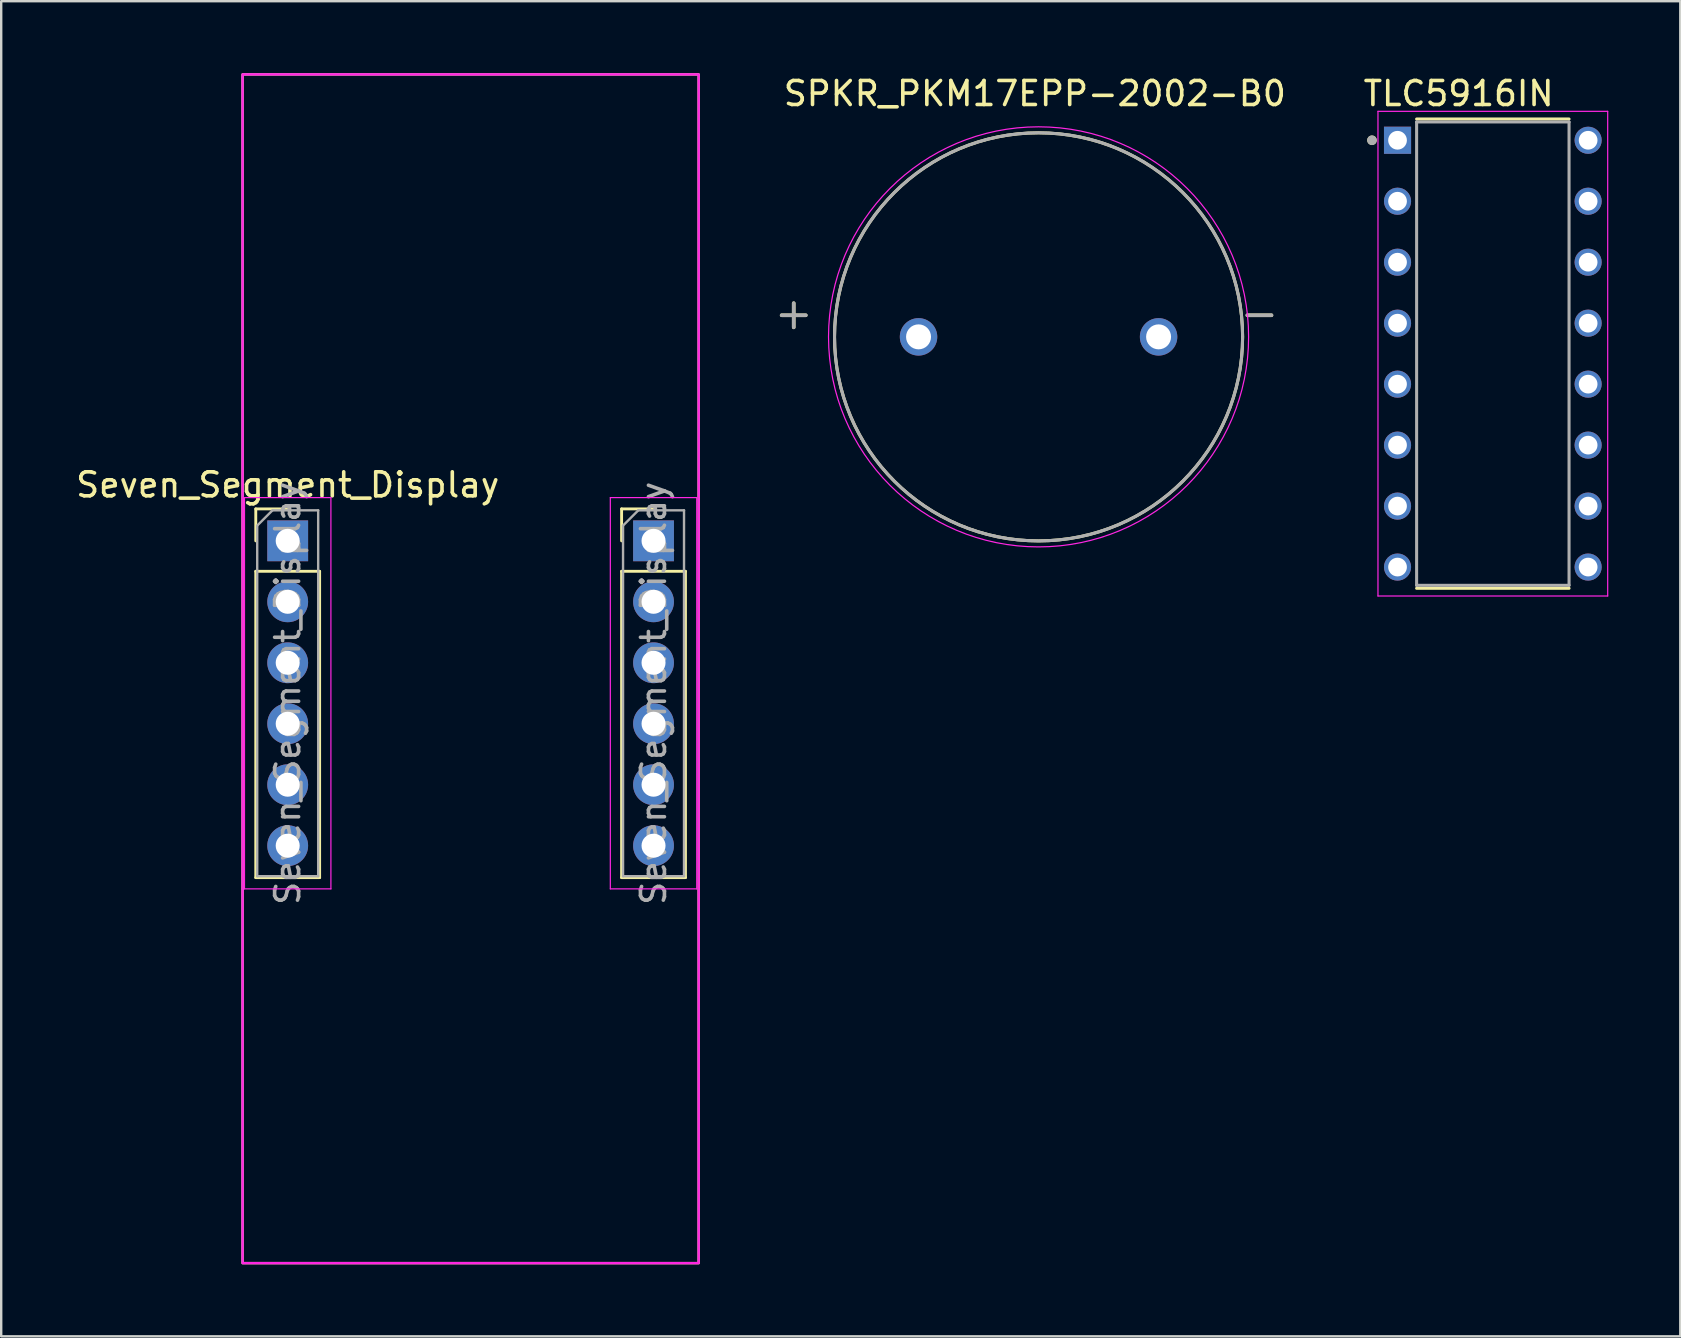
<source format=kicad_pcb>
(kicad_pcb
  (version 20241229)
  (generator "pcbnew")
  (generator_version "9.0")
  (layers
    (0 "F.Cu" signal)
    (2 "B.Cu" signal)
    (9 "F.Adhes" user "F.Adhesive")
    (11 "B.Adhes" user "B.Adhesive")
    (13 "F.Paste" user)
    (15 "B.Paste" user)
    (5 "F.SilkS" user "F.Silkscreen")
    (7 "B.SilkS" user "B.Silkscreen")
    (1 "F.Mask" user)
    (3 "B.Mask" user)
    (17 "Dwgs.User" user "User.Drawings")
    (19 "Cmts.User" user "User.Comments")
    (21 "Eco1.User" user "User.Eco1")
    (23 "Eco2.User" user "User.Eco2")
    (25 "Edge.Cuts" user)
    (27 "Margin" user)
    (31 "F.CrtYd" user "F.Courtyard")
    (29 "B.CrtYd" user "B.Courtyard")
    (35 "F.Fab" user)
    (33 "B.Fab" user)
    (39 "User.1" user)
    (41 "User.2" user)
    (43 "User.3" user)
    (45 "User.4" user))
  (footprint "Seven_Segment_Display"
    (layer "F.Cu")
    (at 8.935 19.48)
    (property "Reference" "Seven_Segment_Display" (at 0 -2.33 0) (layer "F.SilkS") (effects (font (size 1 1) (thickness 0.15))))
    (attr through_hole)
    (fp_line (start -1.33 -1.33) (end 0 -1.33) (stroke (width 0.12) (type solid)) (layer "F.SilkS"))
    (fp_line (start -1.33 0) (end -1.33 -1.33) (stroke (width 0.12) (type solid)) (layer "F.SilkS"))
    (fp_line (start -1.33 1.27) (end -1.33 14.03) (stroke (width 0.12) (type solid)) (layer "F.SilkS"))
    (fp_line (start -1.33 1.27) (end 1.33 1.27) (stroke (width 0.12) (type solid)) (layer "F.SilkS"))
    (fp_line (start -1.33 14.03) (end 1.33 14.03) (stroke (width 0.12) (type solid)) (layer "F.SilkS"))
    (fp_line (start 1.33 1.27) (end 1.33 14.03) (stroke (width 0.12) (type solid)) (layer "F.SilkS"))
    (fp_line (start 13.91 -1.33) (end 15.24 -1.33) (stroke (width 0.12) (type solid)) (layer "F.SilkS"))
    (fp_line (start 13.91 0) (end 13.91 -1.33) (stroke (width 0.12) (type solid)) (layer "F.SilkS"))
    (fp_line (start 13.91 1.27) (end 13.91 14.03) (stroke (width 0.12) (type solid)) (layer "F.SilkS"))
    (fp_line (start 13.91 1.27) (end 16.57 1.27) (stroke (width 0.12) (type solid)) (layer "F.SilkS"))
    (fp_line (start 13.91 14.03) (end 16.57 14.03) (stroke (width 0.12) (type solid)) (layer "F.SilkS"))
    (fp_line (start 16.57 1.27) (end 16.57 14.03) (stroke (width 0.12) (type solid)) (layer "F.SilkS"))
    (fp_rect (start -1.88 -19.43) (end 17.12 30.09) (stroke (width 0.1) (type default)) (fill no) (layer "F.SilkS"))
    (fp_line (start -1.8 -1.8) (end -1.8 14.5) (stroke (width 0.05) (type solid)) (layer "F.CrtYd"))
    (fp_line (start -1.8 14.5) (end 1.8 14.5) (stroke (width 0.05) (type solid)) (layer "F.CrtYd"))
    (fp_line (start 1.8 -1.8) (end -1.8 -1.8) (stroke (width 0.05) (type solid)) (layer "F.CrtYd"))
    (fp_line (start 1.8 14.5) (end 1.8 -1.8) (stroke (width 0.05) (type solid)) (layer "F.CrtYd"))
    (fp_line (start 13.44 -1.8) (end 13.44 14.5) (stroke (width 0.05) (type solid)) (layer "F.CrtYd"))
    (fp_line (start 13.44 14.5) (end 17.04 14.5) (stroke (width 0.05) (type solid)) (layer "F.CrtYd"))
    (fp_line (start 17.04 -1.8) (end 13.44 -1.8) (stroke (width 0.05) (type solid)) (layer "F.CrtYd"))
    (fp_line (start 17.04 14.5) (end 17.04 -1.8) (stroke (width 0.05) (type solid)) (layer "F.CrtYd"))
    (fp_rect (start -1.88 -19.43) (end 17.12 30.09) (stroke (width 0.1) (type default)) (fill no) (layer "F.CrtYd"))
    (fp_line (start -1.27 -0.635) (end -0.635 -1.27) (stroke (width 0.1) (type solid)) (layer "F.Fab"))
    (fp_line (start -1.27 13.97) (end -1.27 -0.635) (stroke (width 0.1) (type solid)) (layer "F.Fab"))
    (fp_line (start -0.635 -1.27) (end 1.27 -1.27) (stroke (width 0.1) (type solid)) (layer "F.Fab"))
    (fp_line (start 1.27 -1.27) (end 1.27 13.97) (stroke (width 0.1) (type solid)) (layer "F.Fab"))
    (fp_line (start 1.27 13.97) (end -1.27 13.97) (stroke (width 0.1) (type solid)) (layer "F.Fab"))
    (fp_line (start 13.97 -0.635) (end 14.605 -1.27) (stroke (width 0.1) (type solid)) (layer "F.Fab"))
    (fp_line (start 13.97 13.97) (end 13.97 -0.635) (stroke (width 0.1) (type solid)) (layer "F.Fab"))
    (fp_line (start 14.605 -1.27) (end 16.51 -1.27) (stroke (width 0.1) (type solid)) (layer "F.Fab"))
    (fp_line (start 16.51 -1.27) (end 16.51 13.97) (stroke (width 0.1) (type solid)) (layer "F.Fab"))
    (fp_line (start 16.51 13.97) (end 13.97 13.97) (stroke (width 0.1) (type solid)) (layer "F.Fab"))
    (fp_text user "${REFERENCE}" (at 15.24 6.35 270) (layer "F.Fab") (effects (font (size 1 1) (thickness 0.15))))
    (fp_text user "${REFERENCE}" (at 0 6.35 270) (layer "F.Fab") (effects (font (size 1 1) (thickness 0.15))))
    (pad "1" thru_hole rect (at 0 0) (size 1.7 1.7) (drill 1) (layers "*.Cu" "*.Mask"))
    (pad "2" thru_hole oval (at 0 2.54) (size 1.7 1.7) (drill 1) (layers "*.Cu" "*.Mask"))
    (pad "3" thru_hole oval (at 0 5.08) (size 1.7 1.7) (drill 1) (layers "*.Cu" "*.Mask"))
    (pad "4" thru_hole oval (at 0 7.62) (size 1.7 1.7) (drill 1) (layers "*.Cu" "*.Mask"))
    (pad "5" thru_hole oval (at 0 10.16) (size 1.7 1.7) (drill 1) (layers "*.Cu" "*.Mask"))
    (pad "6" thru_hole oval (at 0 12.7) (size 1.7 1.7) (drill 1) (layers "*.Cu" "*.Mask"))
    (pad "7" thru_hole oval (at 15.24 12.7) (size 1.7 1.7) (drill 1) (layers "*.Cu" "*.Mask"))
    (pad "8" thru_hole oval (at 15.24 10.16) (size 1.7 1.7) (drill 1) (layers "*.Cu" "*.Mask"))
    (pad "9" thru_hole oval (at 15.24 7.62) (size 1.7 1.7) (drill 1) (layers "*.Cu" "*.Mask"))
    (pad "10" thru_hole oval (at 15.24 5.08) (size 1.7 1.7) (drill 1) (layers "*.Cu" "*.Mask"))
    (pad "11" thru_hole oval (at 15.24 2.54) (size 1.7 1.7) (drill 1) (layers "*.Cu" "*.Mask"))
    (pad "12" thru_hole rect (at 15.24 0) (size 1.7 1.7) (drill 1) (layers "*.Cu" "*.Mask")))
  (footprint "SPKR_PKM17EPP-2002-B0"
    (layer "F.Cu")
    (at 40.215 10.983)
    (property "Reference" "SPKR_PKM17EPP-2002-B0" (at -0.155 -10.135 0) (layer "F.SilkS") (effects (font (size 1 1) (thickness 0.15))))
    (attr through_hole)
    (fp_circle (center 0 0) (end 8.5 0) (stroke (width 0.127) (type solid)) (fill no) (layer "F.SilkS"))
    (fp_circle (center 0 0) (end 8.75 0) (stroke (width 0.05) (type solid)) (fill no) (layer "F.CrtYd"))
    (fp_circle (center 0 0) (end 8.5 0) (stroke (width 0.127) (type solid)) (fill no) (layer "F.Fab"))
    (fp_text user "+" (at -10.2 -1 0) (layer "F.SilkS") (effects (font (size 1.32 1.32) (thickness 0.15))))
    (fp_text user "-" (at 9.2 -1 0) (layer "F.SilkS") (effects (font (size 1.32 1.32) (thickness 0.15))))
    (fp_text user "+" (at -10.2 -1 0) (layer "F.Fab") (effects (font (size 1.32 1.32) (thickness 0.15))))
    (fp_text user "-" (at 9.2 -1 0) (layer "F.Fab") (effects (font (size 1.32 1.32) (thickness 0.15))))
    (pad "N" thru_hole circle (at 5 0) (size 1.56 1.56) (drill 1.04) (layers "*.Cu" "*.Mask"))
    (pad "P" thru_hole circle (at -5 0) (size 1.56 1.56) (drill 1.04) (layers "*.Cu" "*.Mask")))
  (footprint "TLC5916IN"
    (layer "F.Cu")
    (at 59.139 11.683)
    (property "Reference" "TLC5916IN" (at -1.425 -10.835 0) (layer "F.SilkS") (effects (font (size 1 1) (thickness 0.15))))
    (attr through_hole)
    (fp_line (start -3.175 -9.775) (end 3.175 -9.775) (stroke (width 0.127) (type solid)) (layer "F.SilkS"))
    (fp_line (start -3.175 9.775) (end 3.175 9.775) (stroke (width 0.127) (type solid)) (layer "F.SilkS"))
    (fp_circle (center -5.035 -8.89) (end -4.935 -8.89) (stroke (width 0.2) (type solid)) (fill no) (layer "F.SilkS"))
    (fp_line (start -4.785 -10.095) (end -4.785 10.095) (stroke (width 0.05) (type solid)) (layer "F.CrtYd"))
    (fp_line (start 4.785 -10.095) (end -4.785 -10.095) (stroke (width 0.05) (type solid)) (layer "F.CrtYd"))
    (fp_line (start 4.785 -10.095) (end 4.785 10.095) (stroke (width 0.05) (type solid)) (layer "F.CrtYd"))
    (fp_line (start 4.785 10.095) (end -4.785 10.095) (stroke (width 0.05) (type solid)) (layer "F.CrtYd"))
    (fp_line (start -3.175 -9.652) (end -3.175 9.652) (stroke (width 0.127) (type solid)) (layer "F.Fab"))
    (fp_line (start -3.175 -9.652) (end 3.175 -9.652) (stroke (width 0.127) (type solid)) (layer "F.Fab"))
    (fp_line (start -3.175 9.652) (end 3.175 9.652) (stroke (width 0.127) (type solid)) (layer "F.Fab"))
    (fp_line (start 3.175 -9.652) (end 3.175 9.652) (stroke (width 0.127) (type solid)) (layer "F.Fab"))
    (fp_circle (center -5.035 -8.89) (end -4.935 -8.89) (stroke (width 0.2) (type solid)) (fill no) (layer "F.Fab"))
    (pad "1" thru_hole rect (at -3.97 -8.89) (size 1.13 1.13) (drill 0.78) (layers "*.Cu" "*.Mask"))
    (pad "2" thru_hole circle (at -3.97 -6.35) (size 1.13 1.13) (drill 0.78) (layers "*.Cu" "*.Mask"))
    (pad "3" thru_hole circle (at -3.97 -3.81) (size 1.13 1.13) (drill 0.78) (layers "*.Cu" "*.Mask"))
    (pad "4" thru_hole circle (at -3.97 -1.27) (size 1.13 1.13) (drill 0.78) (layers "*.Cu" "*.Mask"))
    (pad "5" thru_hole circle (at -3.97 1.27) (size 1.13 1.13) (drill 0.78) (layers "*.Cu" "*.Mask"))
    (pad "6" thru_hole circle (at -3.97 3.81) (size 1.13 1.13) (drill 0.78) (layers "*.Cu" "*.Mask"))
    (pad "7" thru_hole circle (at -3.97 6.35) (size 1.13 1.13) (drill 0.78) (layers "*.Cu" "*.Mask"))
    (pad "8" thru_hole circle (at -3.97 8.89) (size 1.13 1.13) (drill 0.78) (layers "*.Cu" "*.Mask"))
    (pad "9" thru_hole circle (at 3.97 8.89) (size 1.13 1.13) (drill 0.78) (layers "*.Cu" "*.Mask"))
    (pad "10" thru_hole circle (at 3.97 6.35) (size 1.13 1.13) (drill 0.78) (layers "*.Cu" "*.Mask"))
    (pad "11" thru_hole circle (at 3.97 3.81) (size 1.13 1.13) (drill 0.78) (layers "*.Cu" "*.Mask"))
    (pad "12" thru_hole circle (at 3.97 1.27) (size 1.13 1.13) (drill 0.78) (layers "*.Cu" "*.Mask"))
    (pad "13" thru_hole circle (at 3.97 -1.27) (size 1.13 1.13) (drill 0.78) (layers "*.Cu" "*.Mask"))
    (pad "14" thru_hole circle (at 3.97 -3.81) (size 1.13 1.13) (drill 0.78) (layers "*.Cu" "*.Mask"))
    (pad "15" thru_hole circle (at 3.97 -6.35) (size 1.13 1.13) (drill 0.78) (layers "*.Cu" "*.Mask"))
    (pad "16" thru_hole circle (at 3.97 -8.89) (size 1.13 1.13) (drill 0.78) (layers "*.Cu" "*.Mask")))
  (gr_rect
    (start -3 -3)
    (end 66.949 52.62)
    (stroke (width 0.1) (type default))
    (fill no)
    (layer "Edge.Cuts")))
</source>
